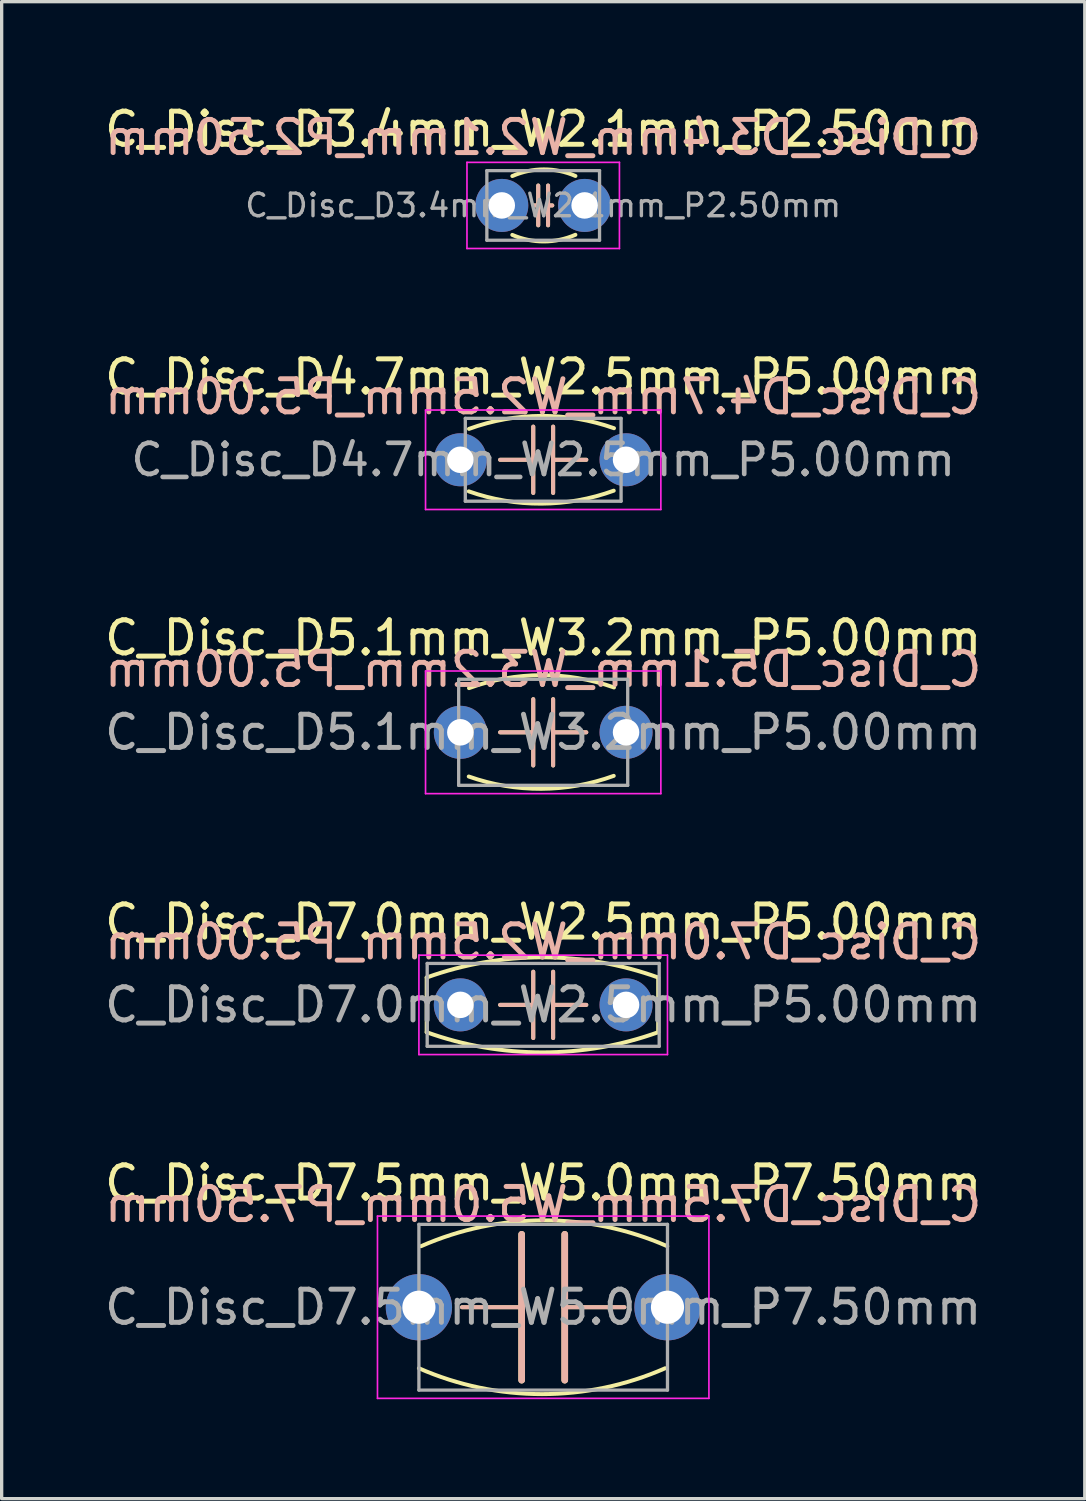
<source format=kicad_pcb>
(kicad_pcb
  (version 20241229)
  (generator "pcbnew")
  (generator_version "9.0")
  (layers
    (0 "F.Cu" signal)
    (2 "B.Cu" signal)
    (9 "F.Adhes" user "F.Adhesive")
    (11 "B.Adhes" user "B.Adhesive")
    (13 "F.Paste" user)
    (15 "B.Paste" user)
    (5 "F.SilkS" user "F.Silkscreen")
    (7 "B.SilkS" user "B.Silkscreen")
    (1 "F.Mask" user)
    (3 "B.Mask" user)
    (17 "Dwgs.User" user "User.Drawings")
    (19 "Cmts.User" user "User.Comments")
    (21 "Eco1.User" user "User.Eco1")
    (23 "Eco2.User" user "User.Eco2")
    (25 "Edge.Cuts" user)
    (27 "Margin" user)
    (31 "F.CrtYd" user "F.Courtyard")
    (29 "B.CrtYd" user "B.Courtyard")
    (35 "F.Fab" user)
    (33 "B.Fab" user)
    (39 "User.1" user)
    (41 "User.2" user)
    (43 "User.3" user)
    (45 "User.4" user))
  (footprint "C_Disc_D7.0mm_W2.5mm_P5.00mm"
    (layer "F.Cu")
    (at 10.839 27.268)
    (property "Reference" "C_Disc_D7.0mm_W2.5mm_P5.00mm" (at 2.5 -2.5 0) (layer "F.SilkS") (effects (font (size 1 1) (thickness 0.15))))
    (fp_line (start -1.016 0.826) (end -1.016 -0.826) (stroke (width 0.12) (type solid)) (layer "F.SilkS"))
    (fp_line (start 1.2 0) (end 2.2 0) (stroke (width 0.12) (type solid)) (layer "F.SilkS"))
    (fp_line (start 2.2 0) (end 2.2 -1) (stroke (width 0.12) (type solid)) (layer "F.SilkS"))
    (fp_line (start 2.2 0) (end 2.2 1) (stroke (width 0.12) (type solid)) (layer "F.SilkS"))
    (fp_line (start 2.8 -1) (end 2.8 1) (stroke (width 0.12) (type solid)) (layer "F.SilkS"))
    (fp_line (start 2.8 0) (end 3.8 0) (stroke (width 0.12) (type solid)) (layer "F.SilkS"))
    (fp_line (start 5.969 -0.826) (end 5.969 0.826) (stroke (width 0.12) (type solid)) (layer "F.SilkS"))
    (fp_arc (start -1.016 -0.8255) (mid 2.4765 -1.434171) (end 5.969 -0.8255) (stroke (width 0.12) (type solid)) (layer "F.SilkS"))
    (fp_arc (start 5.969 0.8255) (mid 2.4765 1.434171) (end -1.016 0.8255) (stroke (width 0.12) (type solid)) (layer "F.SilkS"))
    (fp_line (start 1.2 0) (end 2.2 0) (stroke (width 0.12) (type solid)) (layer "B.SilkS"))
    (fp_line (start 2.2 0) (end 2.2 -1) (stroke (width 0.12) (type solid)) (layer "B.SilkS"))
    (fp_line (start 2.2 0) (end 2.2 1) (stroke (width 0.12) (type solid)) (layer "B.SilkS"))
    (fp_line (start 2.8 0) (end 3.8 0) (stroke (width 0.12) (type solid)) (layer "B.SilkS"))
    (fp_line (start 2.8 1) (end 2.8 -1) (stroke (width 0.12) (type solid)) (layer "B.SilkS"))
    (fp_line (start -1.25 -1.5) (end -1.25 1.5) (stroke (width 0.05) (type solid)) (layer "F.CrtYd"))
    (fp_line (start -1.25 1.5) (end 6.25 1.5) (stroke (width 0.05) (type solid)) (layer "F.CrtYd"))
    (fp_line (start 6.25 -1.5) (end -1.25 -1.5) (stroke (width 0.05) (type solid)) (layer "F.CrtYd"))
    (fp_line (start 6.25 1.5) (end 6.25 -1.5) (stroke (width 0.05) (type solid)) (layer "F.CrtYd"))
    (fp_line (start -1 -1.25) (end -1 1.25) (stroke (width 0.1) (type solid)) (layer "F.Fab"))
    (fp_line (start -1 1.25) (end 6 1.25) (stroke (width 0.1) (type solid)) (layer "F.Fab"))
    (fp_line (start 6 -1.25) (end -1 -1.25) (stroke (width 0.1) (type solid)) (layer "F.Fab"))
    (fp_line (start 6 1.25) (end 6 -1.25) (stroke (width 0.1) (type solid)) (layer "F.Fab"))
    (fp_text user "${REFERENCE}" (at 2.5 -1.9 0) (layer "B.SilkS") (effects (font (size 1 1) (thickness 0.15)) (justify mirror)))
    (fp_text user "${REFERENCE}" (at 2.5 0 0) (layer "F.Fab") (effects (font (size 1 1) (thickness 0.15))))
    (pad "1" thru_hole circle (at 0 0) (size 1.6 1.6) (drill 0.8) (layers "*.Cu" "*.Mask"))
    (pad "2" thru_hole circle (at 5 0) (size 1.6 1.6) (drill 0.8) (layers "*.Cu" "*.Mask")))
  (footprint "C_Disc_D3.4mm_W2.1mm_P2.50mm"
    (layer "F.Cu")
    (at 12.089 3.148)
    (property "Reference" "C_Disc_D3.4mm_W2.1mm_P2.50mm" (at 1.25 -2.3 0) (layer "F.SilkS") (effects (font (size 1 1) (thickness 0.15))))
    (fp_line (start 0.973 0) (end 1.1 0) (stroke (width 0.12) (type solid)) (layer "F.SilkS"))
    (fp_line (start 1.1 0) (end 1.1 -0.6) (stroke (width 0.12) (type solid)) (layer "F.SilkS"))
    (fp_line (start 1.1 0) (end 1.1 0.6) (stroke (width 0.12) (type solid)) (layer "F.SilkS"))
    (fp_line (start 1.397 0) (end 1.397 -0.6) (stroke (width 0.12) (type solid)) (layer "F.SilkS"))
    (fp_line (start 1.397 0) (end 1.397 0.6) (stroke (width 0.12) (type solid)) (layer "F.SilkS"))
    (fp_line (start 1.524 0) (end 1.397 0) (stroke (width 0.12) (type solid)) (layer "F.SilkS"))
    (fp_arc (start 0.31877 -0.886114) (mid 1.270333 -1.08687) (end 2.2225 -0.889) (stroke (width 0.12) (type solid)) (layer "F.SilkS"))
    (fp_arc (start 2.22123 0.886114) (mid 1.269667 1.08687) (end 0.3175 0.889) (stroke (width 0.12) (type solid)) (layer "F.SilkS"))
    (fp_line (start 0.973 0) (end 1.1 0) (stroke (width 0.12) (type solid)) (layer "B.SilkS"))
    (fp_line (start 1.1 0) (end 1.1 -0.6) (stroke (width 0.12) (type solid)) (layer "B.SilkS"))
    (fp_line (start 1.1 0) (end 1.1 0.6) (stroke (width 0.12) (type solid)) (layer "B.SilkS"))
    (fp_line (start 1.397 0) (end 1.397 -0.6) (stroke (width 0.12) (type solid)) (layer "B.SilkS"))
    (fp_line (start 1.397 0) (end 1.397 0.6) (stroke (width 0.12) (type solid)) (layer "B.SilkS"))
    (fp_line (start 1.524 0) (end 1.397 0) (stroke (width 0.12) (type solid)) (layer "B.SilkS"))
    (fp_line (start -1.05 -1.3) (end -1.05 1.3) (stroke (width 0.05) (type solid)) (layer "F.CrtYd"))
    (fp_line (start -1.05 1.3) (end 3.55 1.3) (stroke (width 0.05) (type solid)) (layer "F.CrtYd"))
    (fp_line (start 3.55 -1.3) (end -1.05 -1.3) (stroke (width 0.05) (type solid)) (layer "F.CrtYd"))
    (fp_line (start 3.55 1.3) (end 3.55 -1.3) (stroke (width 0.05) (type solid)) (layer "F.CrtYd"))
    (fp_line (start -0.45 -1.05) (end -0.45 1.05) (stroke (width 0.1) (type solid)) (layer "F.Fab"))
    (fp_line (start -0.45 1.05) (end 2.95 1.05) (stroke (width 0.1) (type solid)) (layer "F.Fab"))
    (fp_line (start 2.95 -1.05) (end -0.45 -1.05) (stroke (width 0.1) (type solid)) (layer "F.Fab"))
    (fp_line (start 2.95 1.05) (end 2.95 -1.05) (stroke (width 0.1) (type solid)) (layer "F.Fab"))
    (fp_text user "${REFERENCE}" (at 1.25 -2.05 0) (layer "B.SilkS") (effects (font (size 1 1) (thickness 0.15)) (justify mirror)))
    (fp_text user "${REFERENCE}" (at 1.25 0 0) (layer "F.Fab") (effects (font (size 0.68 0.68) (thickness 0.102))))
    (pad "1" thru_hole circle (at 0 0) (size 1.6 1.6) (drill 0.8) (layers "*.Cu" "*.Mask"))
    (pad "2" thru_hole circle (at 2.5 0) (size 1.6 1.6) (drill 0.8) (layers "*.Cu" "*.Mask")))
  (footprint "C_Disc_D7.5mm_W5.0mm_P7.50mm"
    (layer "F.Cu")
    (at 9.589 36.391)
    (property "Reference" "C_Disc_D7.5mm_W5.0mm_P7.50mm" (at 3.75 -3.75 0) (layer "F.SilkS") (effects (font (size 1 1) (thickness 0.15))))
    (fp_line (start 1.3 0) (end 3.048 0) (stroke (width 0.12) (type solid)) (layer "F.SilkS"))
    (fp_line (start 3.1 0) (end 3.1 -2.2) (stroke (width 0.2) (type solid)) (layer "F.SilkS"))
    (fp_line (start 3.1 0) (end 3.1 2.2) (stroke (width 0.2) (type solid)) (layer "F.SilkS"))
    (fp_line (start 4.4 0) (end 4.4 -2.2) (stroke (width 0.2) (type solid)) (layer "F.SilkS"))
    (fp_line (start 4.4 0) (end 4.4 2.2) (stroke (width 0.2) (type solid)) (layer "F.SilkS"))
    (fp_line (start 4.445 0) (end 6.2 0) (stroke (width 0.12) (type solid)) (layer "F.SilkS"))
    (fp_arc (start 0.063384 -1.8415) (mid 3.77822 -2.621484) (end 7.493 -1.841237) (stroke (width 0.12) (type solid)) (layer "F.SilkS"))
    (fp_arc (start 7.4295 1.8415) (mid 3.714664 2.621484) (end -0.000116 1.841237) (stroke (width 0.12) (type solid)) (layer "F.SilkS"))
    (fp_line (start 1.3 0) (end 3.048 0) (stroke (width 0.12) (type solid)) (layer "B.SilkS"))
    (fp_line (start 3.1 0) (end 3.1 -2.2) (stroke (width 0.2) (type solid)) (layer "B.SilkS"))
    (fp_line (start 3.1 0) (end 3.1 2.2) (stroke (width 0.2) (type solid)) (layer "B.SilkS"))
    (fp_line (start 4.4 0) (end 4.4 -2.2) (stroke (width 0.2) (type solid)) (layer "B.SilkS"))
    (fp_line (start 4.4 0) (end 4.4 2.2) (stroke (width 0.2) (type solid)) (layer "B.SilkS"))
    (fp_line (start 4.445 0) (end 6.2 0) (stroke (width 0.12) (type solid)) (layer "B.SilkS"))
    (fp_line (start -1.25 -2.75) (end -1.25 2.75) (stroke (width 0.05) (type solid)) (layer "F.CrtYd"))
    (fp_line (start -1.25 2.75) (end 8.75 2.75) (stroke (width 0.05) (type solid)) (layer "F.CrtYd"))
    (fp_line (start 8.75 -2.75) (end -1.25 -2.75) (stroke (width 0.05) (type solid)) (layer "F.CrtYd"))
    (fp_line (start 8.75 2.75) (end 8.75 -2.75) (stroke (width 0.05) (type solid)) (layer "F.CrtYd"))
    (fp_line (start 0 -2.5) (end 0 2.5) (stroke (width 0.1) (type solid)) (layer "F.Fab"))
    (fp_line (start 0 2.5) (end 7.5 2.5) (stroke (width 0.1) (type solid)) (layer "F.Fab"))
    (fp_line (start 7.5 -2.5) (end 0 -2.5) (stroke (width 0.1) (type solid)) (layer "F.Fab"))
    (fp_line (start 7.5 2.5) (end 7.5 -2.5) (stroke (width 0.1) (type solid)) (layer "F.Fab"))
    (fp_text user "${REFERENCE}" (at 3.75 -3.1 0) (layer "B.SilkS") (effects (font (size 1 1) (thickness 0.15)) (justify mirror)))
    (fp_text user "${REFERENCE}" (at 3.75 0 0) (layer "F.Fab") (effects (font (size 1 1) (thickness 0.15))))
    (pad "1" thru_hole circle (at 0 0) (size 2 2) (drill 1) (layers "*.Cu" "*.Mask"))
    (pad "2" thru_hole circle (at 7.5 0) (size 2 2) (drill 1) (layers "*.Cu" "*.Mask")))
  (footprint "C_Disc_D4.7mm_W2.5mm_P5.00mm"
    (layer "F.Cu")
    (at 10.839 10.822)
    (property "Reference" "C_Disc_D4.7mm_W2.5mm_P5.00mm" (at 2.5 -2.5 0) (layer "F.SilkS") (effects (font (size 1 1) (thickness 0.15))))
    (fp_line (start 1.2 0) (end 2.2 0) (stroke (width 0.12) (type solid)) (layer "F.SilkS"))
    (fp_line (start 2.2 0) (end 2.2 -1) (stroke (width 0.12) (type solid)) (layer "F.SilkS"))
    (fp_line (start 2.2 0) (end 2.2 1) (stroke (width 0.12) (type solid)) (layer "F.SilkS"))
    (fp_line (start 2.8 -1) (end 2.8 1) (stroke (width 0.12) (type solid)) (layer "F.SilkS"))
    (fp_line (start 2.8 0) (end 3.8 0) (stroke (width 0.12) (type solid)) (layer "F.SilkS"))
    (fp_arc (start 0.261356 -0.932324) (mid 2.44667 -1.323463) (end 4.6355 -0.9525) (stroke (width 0.12) (type solid)) (layer "F.SilkS"))
    (fp_arc (start 4.628144 0.932323) (mid 2.44283 1.323462) (end 0.254 0.9525) (stroke (width 0.12) (type solid)) (layer "F.SilkS"))
    (fp_line (start 1.2 0) (end 2.2 0) (stroke (width 0.12) (type solid)) (layer "B.SilkS"))
    (fp_line (start 2.2 0) (end 2.2 -1) (stroke (width 0.12) (type solid)) (layer "B.SilkS"))
    (fp_line (start 2.2 0) (end 2.2 1) (stroke (width 0.12) (type solid)) (layer "B.SilkS"))
    (fp_line (start 2.8 0) (end 3.8 0) (stroke (width 0.12) (type solid)) (layer "B.SilkS"))
    (fp_line (start 2.8 1) (end 2.8 -1) (stroke (width 0.12) (type solid)) (layer "B.SilkS"))
    (fp_line (start -1.05 -1.5) (end -1.05 1.5) (stroke (width 0.05) (type solid)) (layer "F.CrtYd"))
    (fp_line (start -1.05 1.5) (end 6.05 1.5) (stroke (width 0.05) (type solid)) (layer "F.CrtYd"))
    (fp_line (start 6.05 -1.5) (end -1.05 -1.5) (stroke (width 0.05) (type solid)) (layer "F.CrtYd"))
    (fp_line (start 6.05 1.5) (end 6.05 -1.5) (stroke (width 0.05) (type solid)) (layer "F.CrtYd"))
    (fp_line (start 0.15 -1.25) (end 0.15 1.25) (stroke (width 0.1) (type solid)) (layer "F.Fab"))
    (fp_line (start 0.15 1.25) (end 4.85 1.25) (stroke (width 0.1) (type solid)) (layer "F.Fab"))
    (fp_line (start 4.85 -1.25) (end 0.15 -1.25) (stroke (width 0.1) (type solid)) (layer "F.Fab"))
    (fp_line (start 4.85 1.25) (end 4.85 -1.25) (stroke (width 0.1) (type solid)) (layer "F.Fab"))
    (fp_text user "${REFERENCE}" (at 2.5 -1.9 0) (layer "B.SilkS") (effects (font (size 1 1) (thickness 0.15)) (justify mirror)))
    (fp_text user "${REFERENCE}" (at 2.5 0 0) (layer "F.Fab") (effects (font (size 0.94 0.94) (thickness 0.141))))
    (pad "1" thru_hole circle (at 0 0) (size 1.6 1.6) (drill 0.8) (layers "*.Cu" "*.Mask"))
    (pad "2" thru_hole circle (at 5 0) (size 1.6 1.6) (drill 0.8) (layers "*.Cu" "*.Mask")))
  (footprint "C_Disc_D5.1mm_W3.2mm_P5.00mm"
    (layer "F.Cu")
    (at 10.839 19.045)
    (property "Reference" "C_Disc_D5.1mm_W3.2mm_P5.00mm" (at 2.5 -2.85 0) (layer "F.SilkS") (effects (font (size 1 1) (thickness 0.15))))
    (fp_line (start 1.2 0) (end 2.2 0) (stroke (width 0.12) (type solid)) (layer "F.SilkS"))
    (fp_line (start 2.2 0) (end 2.2 -1) (stroke (width 0.12) (type solid)) (layer "F.SilkS"))
    (fp_line (start 2.2 0) (end 2.2 1) (stroke (width 0.12) (type solid)) (layer "F.SilkS"))
    (fp_line (start 2.8 -1) (end 2.8 1) (stroke (width 0.12) (type solid)) (layer "F.SilkS"))
    (fp_line (start 2.8 0) (end 3.8 0) (stroke (width 0.12) (type solid)) (layer "F.SilkS"))
    (fp_arc (start 0.261356 -1.3335) (mid 2.44667 -1.724639) (end 4.6355 -1.353676) (stroke (width 0.12) (type solid)) (layer "F.SilkS"))
    (fp_arc (start 4.628144 1.313323) (mid 2.44283 1.704462) (end 0.254 1.3335) (stroke (width 0.12) (type solid)) (layer "F.SilkS"))
    (fp_line (start 1.2 0) (end 2.2 0) (stroke (width 0.12) (type solid)) (layer "B.SilkS"))
    (fp_line (start 2.2 0) (end 2.2 -1) (stroke (width 0.12) (type solid)) (layer "B.SilkS"))
    (fp_line (start 2.2 0) (end 2.2 1) (stroke (width 0.12) (type solid)) (layer "B.SilkS"))
    (fp_line (start 2.8 0) (end 3.8 0) (stroke (width 0.12) (type solid)) (layer "B.SilkS"))
    (fp_line (start 2.8 1) (end 2.8 -1) (stroke (width 0.12) (type solid)) (layer "B.SilkS"))
    (fp_line (start -1.05 -1.85) (end -1.05 1.85) (stroke (width 0.05) (type solid)) (layer "F.CrtYd"))
    (fp_line (start -1.05 1.85) (end 6.05 1.85) (stroke (width 0.05) (type solid)) (layer "F.CrtYd"))
    (fp_line (start 6.05 -1.85) (end -1.05 -1.85) (stroke (width 0.05) (type solid)) (layer "F.CrtYd"))
    (fp_line (start 6.05 1.85) (end 6.05 -1.85) (stroke (width 0.05) (type solid)) (layer "F.CrtYd"))
    (fp_line (start -0.05 -1.6) (end -0.05 1.6) (stroke (width 0.1) (type solid)) (layer "F.Fab"))
    (fp_line (start -0.05 1.6) (end 5.05 1.6) (stroke (width 0.1) (type solid)) (layer "F.Fab"))
    (fp_line (start 5.05 -1.6) (end -0.05 -1.6) (stroke (width 0.1) (type solid)) (layer "F.Fab"))
    (fp_line (start 5.05 1.6) (end 5.05 -1.6) (stroke (width 0.1) (type solid)) (layer "F.Fab"))
    (fp_text user "${REFERENCE}" (at 2.5 -1.9 0) (layer "B.SilkS") (effects (font (size 1 1) (thickness 0.15)) (justify mirror)))
    (fp_text user "${REFERENCE}" (at 2.5 0 0) (layer "F.Fab") (effects (font (size 1 1) (thickness 0.15))))
    (pad "1" thru_hole circle (at 0 0) (size 1.6 1.6) (drill 0.8) (layers "*.Cu" "*.Mask"))
    (pad "2" thru_hole circle (at 5 0) (size 1.6 1.6) (drill 0.8) (layers "*.Cu" "*.Mask")))
  (gr_rect
    (start -3 -3)
    (end 29.679 42.166)
    (stroke (width 0.1) (type default))
    (fill no)
    (layer "Edge.Cuts")))
</source>
